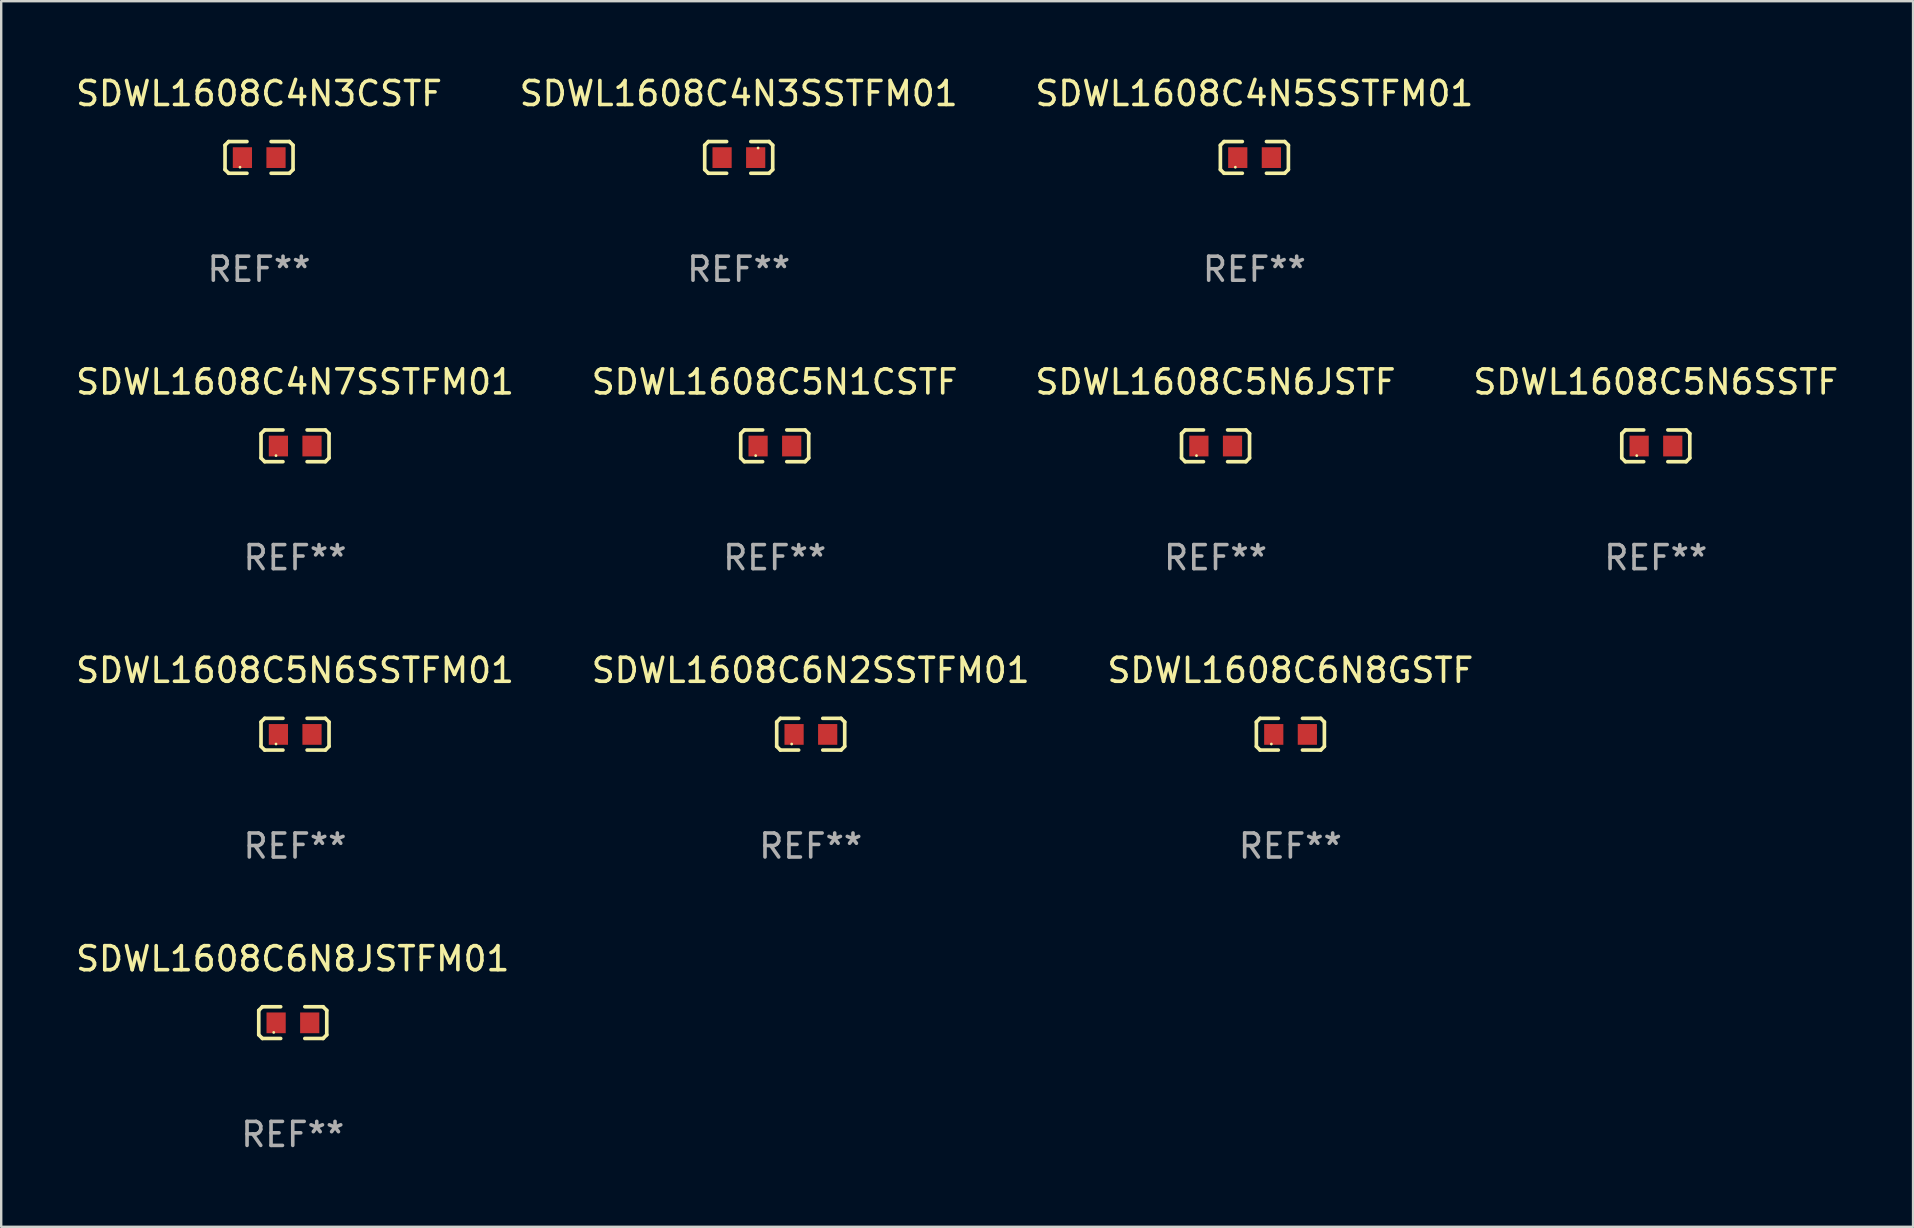
<source format=kicad_pcb>
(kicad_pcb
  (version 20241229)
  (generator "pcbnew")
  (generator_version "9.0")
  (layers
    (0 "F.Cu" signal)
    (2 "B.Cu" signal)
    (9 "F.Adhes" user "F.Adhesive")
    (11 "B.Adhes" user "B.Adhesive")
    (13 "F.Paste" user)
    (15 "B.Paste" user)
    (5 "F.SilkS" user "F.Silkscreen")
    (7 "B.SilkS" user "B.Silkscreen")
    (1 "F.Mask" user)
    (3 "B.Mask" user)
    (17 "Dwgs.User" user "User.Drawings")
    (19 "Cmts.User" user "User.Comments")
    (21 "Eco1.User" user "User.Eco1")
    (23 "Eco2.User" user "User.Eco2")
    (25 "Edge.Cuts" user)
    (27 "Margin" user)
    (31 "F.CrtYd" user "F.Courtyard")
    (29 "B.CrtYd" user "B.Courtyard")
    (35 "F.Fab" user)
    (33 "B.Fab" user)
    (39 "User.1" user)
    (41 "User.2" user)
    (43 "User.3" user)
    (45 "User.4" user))
  (footprint "SDWL1608C6N2SSTFM01"
    (layer "F.Cu")
    (at 30.732 27.544)
    (property "Reference" "SDWL1608C6N2SSTFM01" (at 0 -2.661 0) (layer "F.SilkS") (effects (font (size 1 1) (thickness 0.15))))
    (attr through_hole)
    (fp_line (start -1.417 -0.508) (end -1.265 -0.661) (stroke (width 0.152) (type solid)) (layer "F.SilkS"))
    (fp_line (start -1.417 0.508) (end -1.417 -0.508) (stroke (width 0.152) (type solid)) (layer "F.SilkS"))
    (fp_line (start -1.265 -0.661) (end -0.503 -0.661) (stroke (width 0.152) (type solid)) (layer "F.SilkS"))
    (fp_line (start -1.265 0.661) (end -1.417 0.508) (stroke (width 0.152) (type solid)) (layer "F.SilkS"))
    (fp_line (start -1.265 0.661) (end -0.503 0.661) (stroke (width 0.152) (type solid)) (layer "F.SilkS"))
    (fp_line (start 1.265 -0.661) (end 0.503 -0.661) (stroke (width 0.152) (type solid)) (layer "F.SilkS"))
    (fp_line (start 1.265 -0.661) (end 1.417 -0.508) (stroke (width 0.152) (type solid)) (layer "F.SilkS"))
    (fp_line (start 1.265 0.661) (end 0.503 0.661) (stroke (width 0.152) (type solid)) (layer "F.SilkS"))
    (fp_line (start 1.417 -0.508) (end 1.417 0.508) (stroke (width 0.152) (type solid)) (layer "F.SilkS"))
    (fp_line (start 1.417 0.508) (end 1.265 0.661) (stroke (width 0.152) (type solid)) (layer "F.SilkS"))
    (fp_circle (center -0.793 0.409) (end -0.763 0.409) (stroke (width 0.06) (type solid)) (fill no) (layer "F.SilkS"))
    (fp_text user "REF**" (at 0 4.661 0) (layer "F.Fab") (effects (font (size 1 1) (thickness 0.15))))
    (pad "1" smd rect (at -0.693 0.009 180) (size 0.8 0.864) (layers "F.Cu" "F.Mask" "F.Paste"))
    (pad "2" smd rect (at 0.707 0.009 180) (size 0.8 0.864) (layers "F.Cu" "F.Mask" "F.Paste")))
  (footprint "SDWL1608C6N8GSTF"
    (layer "F.Cu")
    (at 50.72 27.544)
    (property "Reference" "SDWL1608C6N8GSTF" (at 0 -2.661 0) (layer "F.SilkS") (effects (font (size 1 1) (thickness 0.15))))
    (attr through_hole)
    (fp_line (start -1.417 -0.508) (end -1.265 -0.661) (stroke (width 0.152) (type solid)) (layer "F.SilkS"))
    (fp_line (start -1.417 0.508) (end -1.417 -0.508) (stroke (width 0.152) (type solid)) (layer "F.SilkS"))
    (fp_line (start -1.265 -0.661) (end -0.503 -0.661) (stroke (width 0.152) (type solid)) (layer "F.SilkS"))
    (fp_line (start -1.265 0.661) (end -1.417 0.508) (stroke (width 0.152) (type solid)) (layer "F.SilkS"))
    (fp_line (start -1.265 0.661) (end -0.503 0.661) (stroke (width 0.152) (type solid)) (layer "F.SilkS"))
    (fp_line (start 1.265 -0.661) (end 0.503 -0.661) (stroke (width 0.152) (type solid)) (layer "F.SilkS"))
    (fp_line (start 1.265 -0.661) (end 1.417 -0.508) (stroke (width 0.152) (type solid)) (layer "F.SilkS"))
    (fp_line (start 1.265 0.661) (end 0.503 0.661) (stroke (width 0.152) (type solid)) (layer "F.SilkS"))
    (fp_line (start 1.417 -0.508) (end 1.417 0.508) (stroke (width 0.152) (type solid)) (layer "F.SilkS"))
    (fp_line (start 1.417 0.508) (end 1.265 0.661) (stroke (width 0.152) (type solid)) (layer "F.SilkS"))
    (fp_circle (center -0.793 0.409) (end -0.763 0.409) (stroke (width 0.06) (type solid)) (fill no) (layer "F.SilkS"))
    (fp_text user "REF**" (at 0 4.661 0) (layer "F.Fab") (effects (font (size 1 1) (thickness 0.15))))
    (pad "1" smd rect (at -0.693 0.009 180) (size 0.8 0.864) (layers "F.Cu" "F.Mask" "F.Paste"))
    (pad "2" smd rect (at 0.707 0.009 180) (size 0.8 0.864) (layers "F.Cu" "F.Mask" "F.Paste")))
  (footprint "SDWL1608C4N7SSTFM01"
    (layer "F.Cu")
    (at 9.244 15.527)
    (property "Reference" "SDWL1608C4N7SSTFM01" (at 0 -2.661 0) (layer "F.SilkS") (effects (font (size 1 1) (thickness 0.15))))
    (attr through_hole)
    (fp_line (start -1.417 -0.508) (end -1.265 -0.661) (stroke (width 0.152) (type solid)) (layer "F.SilkS"))
    (fp_line (start -1.417 0.508) (end -1.417 -0.508) (stroke (width 0.152) (type solid)) (layer "F.SilkS"))
    (fp_line (start -1.265 -0.661) (end -0.503 -0.661) (stroke (width 0.152) (type solid)) (layer "F.SilkS"))
    (fp_line (start -1.265 0.661) (end -1.417 0.508) (stroke (width 0.152) (type solid)) (layer "F.SilkS"))
    (fp_line (start -1.265 0.661) (end -0.503 0.661) (stroke (width 0.152) (type solid)) (layer "F.SilkS"))
    (fp_line (start 1.265 -0.661) (end 0.503 -0.661) (stroke (width 0.152) (type solid)) (layer "F.SilkS"))
    (fp_line (start 1.265 -0.661) (end 1.417 -0.508) (stroke (width 0.152) (type solid)) (layer "F.SilkS"))
    (fp_line (start 1.265 0.661) (end 0.503 0.661) (stroke (width 0.152) (type solid)) (layer "F.SilkS"))
    (fp_line (start 1.417 -0.508) (end 1.417 0.508) (stroke (width 0.152) (type solid)) (layer "F.SilkS"))
    (fp_line (start 1.417 0.508) (end 1.265 0.661) (stroke (width 0.152) (type solid)) (layer "F.SilkS"))
    (fp_circle (center -0.793 0.409) (end -0.763 0.409) (stroke (width 0.06) (type solid)) (fill no) (layer "F.SilkS"))
    (fp_text user "REF**" (at 0 4.661 0) (layer "F.Fab") (effects (font (size 1 1) (thickness 0.15))))
    (pad "1" smd rect (at -0.693 0.009 180) (size 0.8 0.864) (layers "F.Cu" "F.Mask" "F.Paste"))
    (pad "2" smd rect (at 0.707 0.009 180) (size 0.8 0.864) (layers "F.Cu" "F.Mask" "F.Paste")))
  (footprint "SDWL1608C5N6SSTFM01"
    (layer "F.Cu")
    (at 9.244 27.544)
    (property "Reference" "SDWL1608C5N6SSTFM01" (at 0 -2.661 0) (layer "F.SilkS") (effects (font (size 1 1) (thickness 0.15))))
    (attr through_hole)
    (fp_line (start -1.417 -0.508) (end -1.265 -0.661) (stroke (width 0.152) (type solid)) (layer "F.SilkS"))
    (fp_line (start -1.417 0.508) (end -1.417 -0.508) (stroke (width 0.152) (type solid)) (layer "F.SilkS"))
    (fp_line (start -1.265 -0.661) (end -0.503 -0.661) (stroke (width 0.152) (type solid)) (layer "F.SilkS"))
    (fp_line (start -1.265 0.661) (end -1.417 0.508) (stroke (width 0.152) (type solid)) (layer "F.SilkS"))
    (fp_line (start -1.265 0.661) (end -0.503 0.661) (stroke (width 0.152) (type solid)) (layer "F.SilkS"))
    (fp_line (start 1.265 -0.661) (end 0.503 -0.661) (stroke (width 0.152) (type solid)) (layer "F.SilkS"))
    (fp_line (start 1.265 -0.661) (end 1.417 -0.508) (stroke (width 0.152) (type solid)) (layer "F.SilkS"))
    (fp_line (start 1.265 0.661) (end 0.503 0.661) (stroke (width 0.152) (type solid)) (layer "F.SilkS"))
    (fp_line (start 1.417 -0.508) (end 1.417 0.508) (stroke (width 0.152) (type solid)) (layer "F.SilkS"))
    (fp_line (start 1.417 0.508) (end 1.265 0.661) (stroke (width 0.152) (type solid)) (layer "F.SilkS"))
    (fp_circle (center -0.793 0.409) (end -0.763 0.409) (stroke (width 0.06) (type solid)) (fill no) (layer "F.SilkS"))
    (fp_text user "REF**" (at 0 4.661 0) (layer "F.Fab") (effects (font (size 1 1) (thickness 0.15))))
    (pad "1" smd rect (at -0.693 0.009 180) (size 0.8 0.864) (layers "F.Cu" "F.Mask" "F.Paste"))
    (pad "2" smd rect (at 0.707 0.009 180) (size 0.8 0.864) (layers "F.Cu" "F.Mask" "F.Paste")))
  (footprint "SDWL1608C4N3CSTF"
    (layer "F.Cu")
    (at 7.744 3.509)
    (property "Reference" "SDWL1608C4N3CSTF" (at 0 -2.661 0) (layer "F.SilkS") (effects (font (size 1 1) (thickness 0.15))))
    (attr through_hole)
    (fp_line (start -1.417 -0.508) (end -1.265 -0.661) (stroke (width 0.152) (type solid)) (layer "F.SilkS"))
    (fp_line (start -1.417 0.508) (end -1.417 -0.508) (stroke (width 0.152) (type solid)) (layer "F.SilkS"))
    (fp_line (start -1.265 -0.661) (end -0.503 -0.661) (stroke (width 0.152) (type solid)) (layer "F.SilkS"))
    (fp_line (start -1.265 0.661) (end -1.417 0.508) (stroke (width 0.152) (type solid)) (layer "F.SilkS"))
    (fp_line (start -1.265 0.661) (end -0.503 0.661) (stroke (width 0.152) (type solid)) (layer "F.SilkS"))
    (fp_line (start 1.265 -0.661) (end 0.503 -0.661) (stroke (width 0.152) (type solid)) (layer "F.SilkS"))
    (fp_line (start 1.265 -0.661) (end 1.417 -0.508) (stroke (width 0.152) (type solid)) (layer "F.SilkS"))
    (fp_line (start 1.265 0.661) (end 0.503 0.661) (stroke (width 0.152) (type solid)) (layer "F.SilkS"))
    (fp_line (start 1.417 -0.508) (end 1.417 0.508) (stroke (width 0.152) (type solid)) (layer "F.SilkS"))
    (fp_line (start 1.417 0.508) (end 1.265 0.661) (stroke (width 0.152) (type solid)) (layer "F.SilkS"))
    (fp_circle (center -0.793 0.409) (end -0.763 0.409) (stroke (width 0.06) (type solid)) (fill no) (layer "F.SilkS"))
    (fp_text user "REF**" (at 0 4.661 0) (layer "F.Fab") (effects (font (size 1 1) (thickness 0.15))))
    (pad "1" smd rect (at -0.693 0.009 180) (size 0.8 0.864) (layers "F.Cu" "F.Mask" "F.Paste"))
    (pad "2" smd rect (at 0.707 0.009 180) (size 0.8 0.864) (layers "F.Cu" "F.Mask" "F.Paste")))
  (footprint "SDWL1608C5N6SSTF"
    (layer "F.Cu")
    (at 65.946 15.527)
    (property "Reference" "SDWL1608C5N6SSTF" (at 0 -2.661 0) (layer "F.SilkS") (effects (font (size 1 1) (thickness 0.15))))
    (attr through_hole)
    (fp_line (start -1.417 -0.508) (end -1.265 -0.661) (stroke (width 0.152) (type solid)) (layer "F.SilkS"))
    (fp_line (start -1.417 0.508) (end -1.417 -0.508) (stroke (width 0.152) (type solid)) (layer "F.SilkS"))
    (fp_line (start -1.265 -0.661) (end -0.503 -0.661) (stroke (width 0.152) (type solid)) (layer "F.SilkS"))
    (fp_line (start -1.265 0.661) (end -1.417 0.508) (stroke (width 0.152) (type solid)) (layer "F.SilkS"))
    (fp_line (start -1.265 0.661) (end -0.503 0.661) (stroke (width 0.152) (type solid)) (layer "F.SilkS"))
    (fp_line (start 1.265 -0.661) (end 0.503 -0.661) (stroke (width 0.152) (type solid)) (layer "F.SilkS"))
    (fp_line (start 1.265 -0.661) (end 1.417 -0.508) (stroke (width 0.152) (type solid)) (layer "F.SilkS"))
    (fp_line (start 1.265 0.661) (end 0.503 0.661) (stroke (width 0.152) (type solid)) (layer "F.SilkS"))
    (fp_line (start 1.417 -0.508) (end 1.417 0.508) (stroke (width 0.152) (type solid)) (layer "F.SilkS"))
    (fp_line (start 1.417 0.508) (end 1.265 0.661) (stroke (width 0.152) (type solid)) (layer "F.SilkS"))
    (fp_circle (center -0.793 0.409) (end -0.763 0.409) (stroke (width 0.06) (type solid)) (fill no) (layer "F.SilkS"))
    (fp_text user "REF**" (at 0 4.661 0) (layer "F.Fab") (effects (font (size 1 1) (thickness 0.15))))
    (pad "1" smd rect (at -0.693 0.009 180) (size 0.8 0.864) (layers "F.Cu" "F.Mask" "F.Paste"))
    (pad "2" smd rect (at 0.707 0.009 180) (size 0.8 0.864) (layers "F.Cu" "F.Mask" "F.Paste")))
  (footprint "SDWL1608C6N8JSTFM01"
    (layer "F.Cu")
    (at 9.149 39.562)
    (property "Reference" "SDWL1608C6N8JSTFM01" (at 0 -2.661 0) (layer "F.SilkS") (effects (font (size 1 1) (thickness 0.15))))
    (attr through_hole)
    (fp_line (start -1.417 -0.508) (end -1.265 -0.661) (stroke (width 0.152) (type solid)) (layer "F.SilkS"))
    (fp_line (start -1.417 0.508) (end -1.417 -0.508) (stroke (width 0.152) (type solid)) (layer "F.SilkS"))
    (fp_line (start -1.265 -0.661) (end -0.503 -0.661) (stroke (width 0.152) (type solid)) (layer "F.SilkS"))
    (fp_line (start -1.265 0.661) (end -1.417 0.508) (stroke (width 0.152) (type solid)) (layer "F.SilkS"))
    (fp_line (start -1.265 0.661) (end -0.503 0.661) (stroke (width 0.152) (type solid)) (layer "F.SilkS"))
    (fp_line (start 1.265 -0.661) (end 0.503 -0.661) (stroke (width 0.152) (type solid)) (layer "F.SilkS"))
    (fp_line (start 1.265 -0.661) (end 1.417 -0.508) (stroke (width 0.152) (type solid)) (layer "F.SilkS"))
    (fp_line (start 1.265 0.661) (end 0.503 0.661) (stroke (width 0.152) (type solid)) (layer "F.SilkS"))
    (fp_line (start 1.417 -0.508) (end 1.417 0.508) (stroke (width 0.152) (type solid)) (layer "F.SilkS"))
    (fp_line (start 1.417 0.508) (end 1.265 0.661) (stroke (width 0.152) (type solid)) (layer "F.SilkS"))
    (fp_circle (center -0.793 0.409) (end -0.763 0.409) (stroke (width 0.06) (type solid)) (fill no) (layer "F.SilkS"))
    (fp_text user "REF**" (at 0 4.661 0) (layer "F.Fab") (effects (font (size 1 1) (thickness 0.15))))
    (pad "1" smd rect (at -0.693 0.009 180) (size 0.8 0.864) (layers "F.Cu" "F.Mask" "F.Paste"))
    (pad "2" smd rect (at 0.707 0.009 180) (size 0.8 0.864) (layers "F.Cu" "F.Mask" "F.Paste")))
  (footprint "SDWL1608C4N5SSTFM01"
    (layer "F.Cu")
    (at 49.22 3.509)
    (property "Reference" "SDWL1608C4N5SSTFM01" (at 0 -2.661 0) (layer "F.SilkS") (effects (font (size 1 1) (thickness 0.15))))
    (attr through_hole)
    (fp_line (start -1.417 -0.508) (end -1.265 -0.661) (stroke (width 0.152) (type solid)) (layer "F.SilkS"))
    (fp_line (start -1.417 0.508) (end -1.417 -0.508) (stroke (width 0.152) (type solid)) (layer "F.SilkS"))
    (fp_line (start -1.265 -0.661) (end -0.503 -0.661) (stroke (width 0.152) (type solid)) (layer "F.SilkS"))
    (fp_line (start -1.265 0.661) (end -1.417 0.508) (stroke (width 0.152) (type solid)) (layer "F.SilkS"))
    (fp_line (start -1.265 0.661) (end -0.503 0.661) (stroke (width 0.152) (type solid)) (layer "F.SilkS"))
    (fp_line (start 1.265 -0.661) (end 0.503 -0.661) (stroke (width 0.152) (type solid)) (layer "F.SilkS"))
    (fp_line (start 1.265 -0.661) (end 1.417 -0.508) (stroke (width 0.152) (type solid)) (layer "F.SilkS"))
    (fp_line (start 1.265 0.661) (end 0.503 0.661) (stroke (width 0.152) (type solid)) (layer "F.SilkS"))
    (fp_line (start 1.417 -0.508) (end 1.417 0.508) (stroke (width 0.152) (type solid)) (layer "F.SilkS"))
    (fp_line (start 1.417 0.508) (end 1.265 0.661) (stroke (width 0.152) (type solid)) (layer "F.SilkS"))
    (fp_circle (center -0.793 0.409) (end -0.763 0.409) (stroke (width 0.06) (type solid)) (fill no) (layer "F.SilkS"))
    (fp_text user "REF**" (at 0 4.661 0) (layer "F.Fab") (effects (font (size 1 1) (thickness 0.15))))
    (pad "1" smd rect (at -0.693 0.009 180) (size 0.8 0.864) (layers "F.Cu" "F.Mask" "F.Paste"))
    (pad "2" smd rect (at 0.707 0.009 180) (size 0.8 0.864) (layers "F.Cu" "F.Mask" "F.Paste")))
  (footprint "SDWL1608C5N6JSTF"
    (layer "F.Cu")
    (at 47.601 15.527)
    (property "Reference" "SDWL1608C5N6JSTF" (at 0 -2.661 0) (layer "F.SilkS") (effects (font (size 1 1) (thickness 0.15))))
    (attr through_hole)
    (fp_line (start -1.417 -0.508) (end -1.265 -0.661) (stroke (width 0.152) (type solid)) (layer "F.SilkS"))
    (fp_line (start -1.417 0.508) (end -1.417 -0.508) (stroke (width 0.152) (type solid)) (layer "F.SilkS"))
    (fp_line (start -1.265 -0.661) (end -0.503 -0.661) (stroke (width 0.152) (type solid)) (layer "F.SilkS"))
    (fp_line (start -1.265 0.661) (end -1.417 0.508) (stroke (width 0.152) (type solid)) (layer "F.SilkS"))
    (fp_line (start -1.265 0.661) (end -0.503 0.661) (stroke (width 0.152) (type solid)) (layer "F.SilkS"))
    (fp_line (start 1.265 -0.661) (end 0.503 -0.661) (stroke (width 0.152) (type solid)) (layer "F.SilkS"))
    (fp_line (start 1.265 -0.661) (end 1.417 -0.508) (stroke (width 0.152) (type solid)) (layer "F.SilkS"))
    (fp_line (start 1.265 0.661) (end 0.503 0.661) (stroke (width 0.152) (type solid)) (layer "F.SilkS"))
    (fp_line (start 1.417 -0.508) (end 1.417 0.508) (stroke (width 0.152) (type solid)) (layer "F.SilkS"))
    (fp_line (start 1.417 0.508) (end 1.265 0.661) (stroke (width 0.152) (type solid)) (layer "F.SilkS"))
    (fp_circle (center -0.793 0.409) (end -0.763 0.409) (stroke (width 0.06) (type solid)) (fill no) (layer "F.SilkS"))
    (fp_text user "REF**" (at 0 4.661 0) (layer "F.Fab") (effects (font (size 1 1) (thickness 0.15))))
    (pad "1" smd rect (at -0.693 0.009 180) (size 0.8 0.864) (layers "F.Cu" "F.Mask" "F.Paste"))
    (pad "2" smd rect (at 0.707 0.009 180) (size 0.8 0.864) (layers "F.Cu" "F.Mask" "F.Paste")))
  (footprint "SDWL1608C4N3SSTFM01"
    (layer "F.Cu")
    (at 27.732 3.509)
    (property "Reference" "SDWL1608C4N3SSTFM01" (at 0 -2.661 0) (layer "F.SilkS") (effects (font (size 1 1) (thickness 0.15))))
    (attr through_hole)
    (fp_line (start -1.417 -0.508) (end -1.265 -0.661) (stroke (width 0.152) (type solid)) (layer "F.SilkS"))
    (fp_line (start -1.417 0.508) (end -1.417 -0.508) (stroke (width 0.152) (type solid)) (layer "F.SilkS"))
    (fp_line (start -1.265 -0.661) (end -0.503 -0.661) (stroke (width 0.152) (type solid)) (layer "F.SilkS"))
    (fp_line (start -1.265 0.661) (end -1.417 0.508) (stroke (width 0.152) (type solid)) (layer "F.SilkS"))
    (fp_line (start -1.265 0.661) (end -0.503 0.661) (stroke (width 0.152) (type solid)) (layer "F.SilkS"))
    (fp_line (start 1.265 -0.661) (end 0.503 -0.661) (stroke (width 0.152) (type solid)) (layer "F.SilkS"))
    (fp_line (start 1.265 -0.661) (end 1.417 -0.508) (stroke (width 0.152) (type solid)) (layer "F.SilkS"))
    (fp_line (start 1.265 0.661) (end 0.503 0.661) (stroke (width 0.152) (type solid)) (layer "F.SilkS"))
    (fp_line (start 1.417 -0.508) (end 1.417 0.508) (stroke (width 0.152) (type solid)) (layer "F.SilkS"))
    (fp_line (start 1.417 0.508) (end 1.265 0.661) (stroke (width 0.152) (type solid)) (layer "F.SilkS"))
    (fp_circle (center 0.807 -0.391) (end 0.837 -0.391) (stroke (width 0.06) (type solid)) (fill no) (layer "F.SilkS"))
    (fp_text user "REF**" (at 0 4.661 0) (layer "F.Fab") (effects (font (size 1 1) (thickness 0.15))))
    (pad "1" smd rect (at 0.707 0.009 180) (size 0.8 0.864) (layers "F.Cu" "F.Mask" "F.Paste"))
    (pad "2" smd rect (at -0.693 0.009 180) (size 0.8 0.864) (layers "F.Cu" "F.Mask" "F.Paste")))
  (footprint "SDWL1608C5N1CSTF"
    (layer "F.Cu")
    (at 29.232 15.527)
    (property "Reference" "SDWL1608C5N1CSTF" (at 0 -2.661 0) (layer "F.SilkS") (effects (font (size 1 1) (thickness 0.15))))
    (attr through_hole)
    (fp_line (start -1.417 -0.508) (end -1.265 -0.661) (stroke (width 0.152) (type solid)) (layer "F.SilkS"))
    (fp_line (start -1.417 0.508) (end -1.417 -0.508) (stroke (width 0.152) (type solid)) (layer "F.SilkS"))
    (fp_line (start -1.265 -0.661) (end -0.503 -0.661) (stroke (width 0.152) (type solid)) (layer "F.SilkS"))
    (fp_line (start -1.265 0.661) (end -1.417 0.508) (stroke (width 0.152) (type solid)) (layer "F.SilkS"))
    (fp_line (start -1.265 0.661) (end -0.503 0.661) (stroke (width 0.152) (type solid)) (layer "F.SilkS"))
    (fp_line (start 1.265 -0.661) (end 0.503 -0.661) (stroke (width 0.152) (type solid)) (layer "F.SilkS"))
    (fp_line (start 1.265 -0.661) (end 1.417 -0.508) (stroke (width 0.152) (type solid)) (layer "F.SilkS"))
    (fp_line (start 1.265 0.661) (end 0.503 0.661) (stroke (width 0.152) (type solid)) (layer "F.SilkS"))
    (fp_line (start 1.417 -0.508) (end 1.417 0.508) (stroke (width 0.152) (type solid)) (layer "F.SilkS"))
    (fp_line (start 1.417 0.508) (end 1.265 0.661) (stroke (width 0.152) (type solid)) (layer "F.SilkS"))
    (fp_circle (center -0.793 0.409) (end -0.763 0.409) (stroke (width 0.06) (type solid)) (fill no) (layer "F.SilkS"))
    (fp_text user "REF**" (at 0 4.661 0) (layer "F.Fab") (effects (font (size 1 1) (thickness 0.15))))
    (pad "1" smd rect (at -0.693 0.009 180) (size 0.8 0.864) (layers "F.Cu" "F.Mask" "F.Paste"))
    (pad "2" smd rect (at 0.707 0.009 180) (size 0.8 0.864) (layers "F.Cu" "F.Mask" "F.Paste")))
  (gr_rect
    (start -3 -3)
    (end 76.667 48.071)
    (stroke (width 0.1) (type default))
    (fill no)
    (layer "Edge.Cuts")))
</source>
